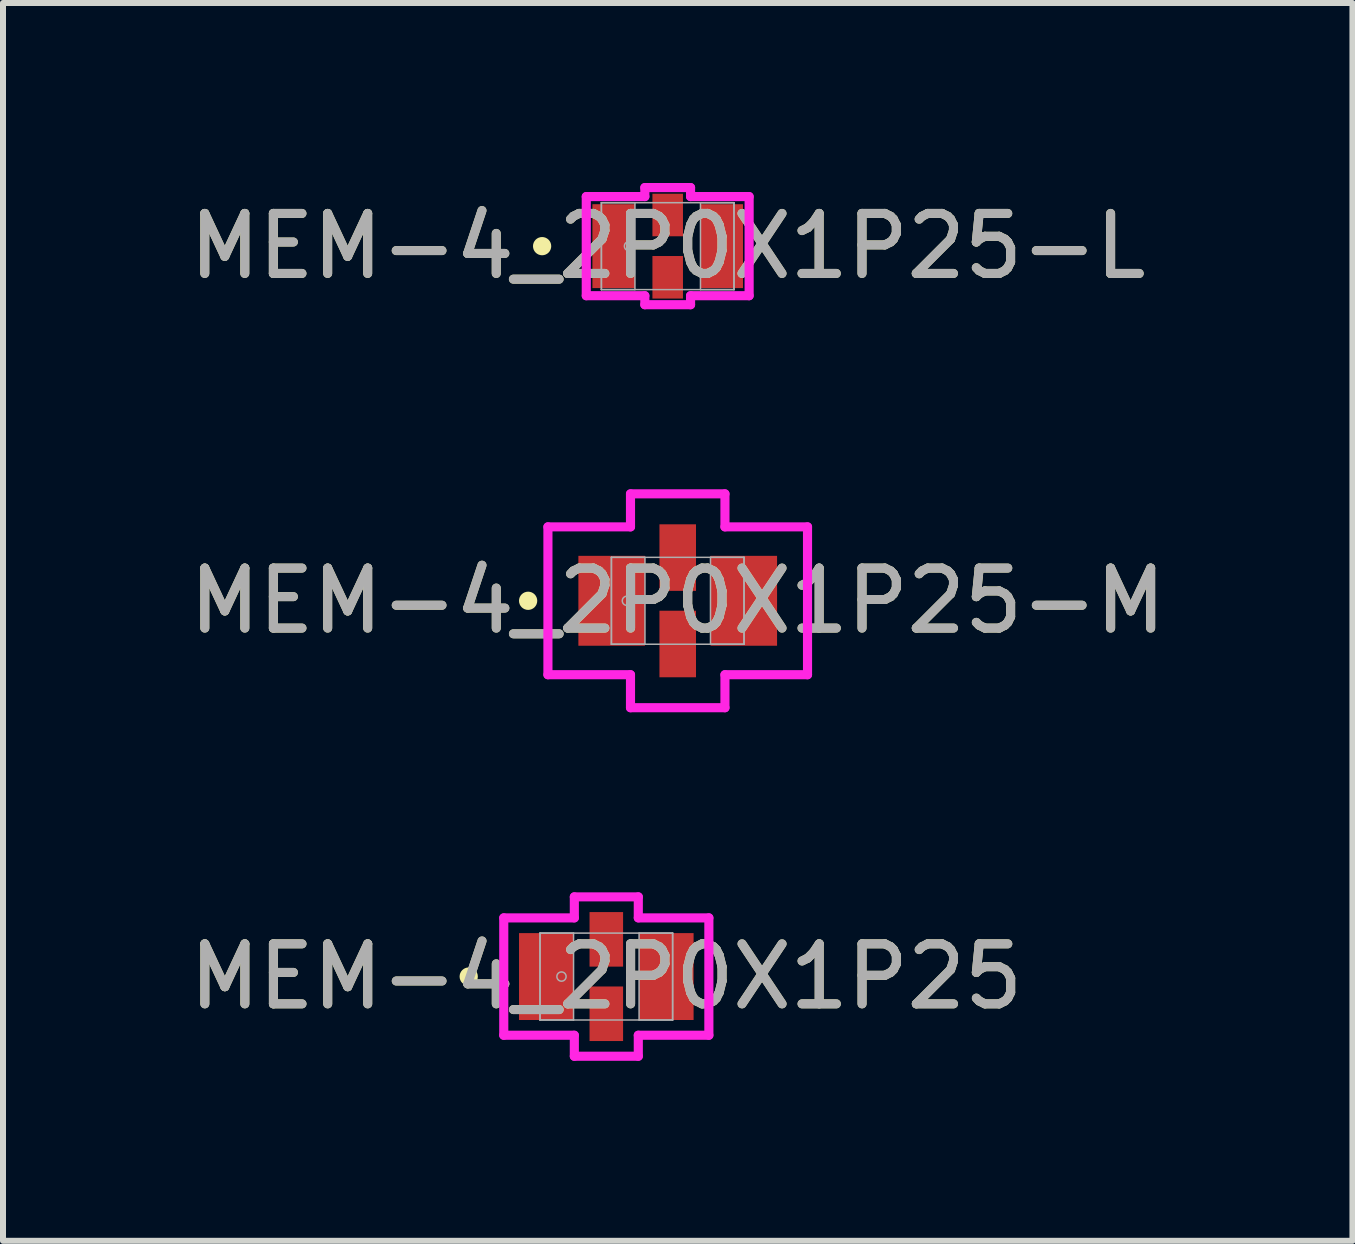
<source format=kicad_pcb>
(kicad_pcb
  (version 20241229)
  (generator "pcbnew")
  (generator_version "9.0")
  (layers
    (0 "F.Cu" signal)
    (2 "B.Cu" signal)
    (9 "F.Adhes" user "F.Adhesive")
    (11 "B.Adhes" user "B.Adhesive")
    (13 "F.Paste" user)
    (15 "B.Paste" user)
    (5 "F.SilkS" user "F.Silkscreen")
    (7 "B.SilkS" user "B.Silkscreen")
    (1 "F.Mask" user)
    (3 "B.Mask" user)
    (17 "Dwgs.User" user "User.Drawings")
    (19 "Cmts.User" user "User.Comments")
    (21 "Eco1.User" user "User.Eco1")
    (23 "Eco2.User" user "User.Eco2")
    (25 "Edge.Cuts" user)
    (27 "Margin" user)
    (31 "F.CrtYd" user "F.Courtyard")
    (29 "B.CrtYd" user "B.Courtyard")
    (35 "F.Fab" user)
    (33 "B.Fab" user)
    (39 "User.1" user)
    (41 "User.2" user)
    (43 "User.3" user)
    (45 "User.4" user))
  (footprint "MEM-4_2P0X1P25-M"
    (layer "F.Cu")
    (at 8.244 6.962)
    (property "Reference" "MEM-4_2P0X1P25-M" (at 0 0 0) (unlocked yes) (layer "F.SilkS") (effects (font (size 1 1) (thickness 0.15))))
    (attr smd)
    (fp_circle (center -2.493 0) (end -2.417 0) (stroke (width 0.152) (type solid)) (fill no) (layer "F.SilkS"))
    (fp_line (start -2.163 -1.232) (end -0.787 -1.232) (stroke (width 0.152) (type solid)) (layer "F.CrtYd"))
    (fp_line (start -2.163 1.232) (end -2.163 -1.232) (stroke (width 0.152) (type solid)) (layer "F.CrtYd"))
    (fp_line (start -2.163 1.232) (end -0.787 1.232) (stroke (width 0.152) (type solid)) (layer "F.CrtYd"))
    (fp_line (start -0.787 -1.782) (end 0.787 -1.782) (stroke (width 0.152) (type solid)) (layer "F.CrtYd"))
    (fp_line (start -0.787 -1.232) (end -0.787 -1.782) (stroke (width 0.152) (type solid)) (layer "F.CrtYd"))
    (fp_line (start -0.787 1.232) (end -0.787 1.782) (stroke (width 0.152) (type solid)) (layer "F.CrtYd"))
    (fp_line (start -0.787 1.782) (end 0.787 1.782) (stroke (width 0.152) (type solid)) (layer "F.CrtYd"))
    (fp_line (start 0.787 -1.232) (end 0.787 -1.782) (stroke (width 0.152) (type solid)) (layer "F.CrtYd"))
    (fp_line (start 0.787 1.232) (end 0.787 1.782) (stroke (width 0.152) (type solid)) (layer "F.CrtYd"))
    (fp_line (start 2.163 -1.232) (end 0.787 -1.232) (stroke (width 0.152) (type solid)) (layer "F.CrtYd"))
    (fp_line (start 2.163 1.232) (end 0.787 1.232) (stroke (width 0.152) (type solid)) (layer "F.CrtYd"))
    (fp_line (start 2.163 1.232) (end 2.163 -1.232) (stroke (width 0.152) (type solid)) (layer "F.CrtYd"))
    (fp_line (start -1.105 -0.724) (end -1.105 0.724) (stroke (width 0.025) (type solid)) (layer "F.Fab"))
    (fp_line (start -1.105 -0.724) (end -1.105 0.724) (stroke (width 0.025) (type solid)) (layer "F.Fab"))
    (fp_line (start -1.105 0.724) (end -0.546 0.724) (stroke (width 0.025) (type solid)) (layer "F.Fab"))
    (fp_line (start -1.105 0.724) (end 1.105 0.724) (stroke (width 0.025) (type solid)) (layer "F.Fab"))
    (fp_line (start -0.546 -0.724) (end -1.105 -0.724) (stroke (width 0.025) (type solid)) (layer "F.Fab"))
    (fp_line (start -0.546 0.724) (end -0.546 -0.724) (stroke (width 0.025) (type solid)) (layer "F.Fab"))
    (fp_line (start 0.546 -0.724) (end 0.546 0.724) (stroke (width 0.025) (type solid)) (layer "F.Fab"))
    (fp_line (start 0.546 0.724) (end 1.105 0.724) (stroke (width 0.025) (type solid)) (layer "F.Fab"))
    (fp_line (start 1.105 -0.724) (end -1.105 -0.724) (stroke (width 0.025) (type solid)) (layer "F.Fab"))
    (fp_line (start 1.105 -0.724) (end 0.546 -0.724) (stroke (width 0.025) (type solid)) (layer "F.Fab"))
    (fp_line (start 1.105 0.724) (end 1.105 -0.724) (stroke (width 0.025) (type solid)) (layer "F.Fab"))
    (fp_line (start 1.105 0.724) (end 1.105 -0.724) (stroke (width 0.025) (type solid)) (layer "F.Fab"))
    (fp_circle (center -0.847 0) (end -0.77 0) (stroke (width 0.025) (type solid)) (fill no) (layer "F.Fab"))
    (fp_text user "${REFERENCE}" (at 0 0 0) (unlocked yes) (layer "F.Fab") (effects (font (size 1 1) (thickness 0.15))))
    (pad "1" smd rect (at -1.101 0) (size 1.109 1.498) (layers "F.Cu" "F.Mask" "F.Paste"))
    (pad "2" smd rect (at 0 0.72) (size 0.609 1.109) (layers "F.Cu" "F.Mask" "F.Paste"))
    (pad "3" smd rect (at 1.101 0) (size 1.109 1.498) (layers "F.Cu" "F.Mask" "F.Paste"))
    (pad "4" smd rect (at 0 -0.72) (size 0.609 1.109) (layers "F.Cu" "F.Mask" "F.Paste")))
  (footprint "MEM-4_2P0X1P25"
    (layer "F.Cu")
    (at 7.054 13.224)
    (property "Reference" "MEM-4_2P0X1P25" (at 0 0 0) (unlocked yes) (layer "F.SilkS") (effects (font (size 1 1) (thickness 0.15))))
    (attr smd)
    (fp_circle (center -2.293 0) (end -2.217 0) (stroke (width 0.152) (type solid)) (fill no) (layer "F.SilkS"))
    (fp_line (start -1.709 -0.978) (end -0.533 -0.978) (stroke (width 0.152) (type solid)) (layer "F.CrtYd"))
    (fp_line (start -1.709 0.978) (end -1.709 -0.978) (stroke (width 0.152) (type solid)) (layer "F.CrtYd"))
    (fp_line (start -1.709 0.978) (end -0.533 0.978) (stroke (width 0.152) (type solid)) (layer "F.CrtYd"))
    (fp_line (start -0.533 -1.328) (end 0.533 -1.328) (stroke (width 0.152) (type solid)) (layer "F.CrtYd"))
    (fp_line (start -0.533 -0.978) (end -0.533 -1.328) (stroke (width 0.152) (type solid)) (layer "F.CrtYd"))
    (fp_line (start -0.533 0.978) (end -0.533 1.328) (stroke (width 0.152) (type solid)) (layer "F.CrtYd"))
    (fp_line (start -0.533 1.328) (end 0.533 1.328) (stroke (width 0.152) (type solid)) (layer "F.CrtYd"))
    (fp_line (start 0.533 -0.978) (end 0.533 -1.328) (stroke (width 0.152) (type solid)) (layer "F.CrtYd"))
    (fp_line (start 0.533 0.978) (end 0.533 1.328) (stroke (width 0.152) (type solid)) (layer "F.CrtYd"))
    (fp_line (start 1.709 -0.978) (end 0.533 -0.978) (stroke (width 0.152) (type solid)) (layer "F.CrtYd"))
    (fp_line (start 1.709 0.978) (end 0.533 0.978) (stroke (width 0.152) (type solid)) (layer "F.CrtYd"))
    (fp_line (start 1.709 0.978) (end 1.709 -0.978) (stroke (width 0.152) (type solid)) (layer "F.CrtYd"))
    (fp_line (start -1.105 -0.724) (end -1.105 0.724) (stroke (width 0.025) (type solid)) (layer "F.Fab"))
    (fp_line (start -1.105 -0.724) (end -1.105 0.724) (stroke (width 0.025) (type solid)) (layer "F.Fab"))
    (fp_line (start -1.105 0.724) (end -0.546 0.724) (stroke (width 0.025) (type solid)) (layer "F.Fab"))
    (fp_line (start -1.105 0.724) (end 1.105 0.724) (stroke (width 0.025) (type solid)) (layer "F.Fab"))
    (fp_line (start -0.546 -0.724) (end -1.105 -0.724) (stroke (width 0.025) (type solid)) (layer "F.Fab"))
    (fp_line (start -0.546 0.724) (end -0.546 -0.724) (stroke (width 0.025) (type solid)) (layer "F.Fab"))
    (fp_line (start 0.546 -0.724) (end 0.546 0.724) (stroke (width 0.025) (type solid)) (layer "F.Fab"))
    (fp_line (start 0.546 0.724) (end 1.105 0.724) (stroke (width 0.025) (type solid)) (layer "F.Fab"))
    (fp_line (start 1.105 -0.724) (end -1.105 -0.724) (stroke (width 0.025) (type solid)) (layer "F.Fab"))
    (fp_line (start 1.105 -0.724) (end 0.546 -0.724) (stroke (width 0.025) (type solid)) (layer "F.Fab"))
    (fp_line (start 1.105 0.724) (end 1.105 -0.724) (stroke (width 0.025) (type solid)) (layer "F.Fab"))
    (fp_line (start 1.105 0.724) (end 1.105 -0.724) (stroke (width 0.025) (type solid)) (layer "F.Fab"))
    (fp_circle (center -0.747 0) (end -0.67 0) (stroke (width 0.025) (type solid)) (fill no) (layer "F.Fab"))
    (fp_text user "${REFERENCE}" (at 0 0 0) (unlocked yes) (layer "F.Fab") (effects (font (size 1 1) (thickness 0.15))))
    (pad "1" smd rect (at -1 0) (size 0.909 1.448) (layers "F.Cu" "F.Mask" "F.Paste"))
    (pad "2" smd rect (at 0 0.62) (size 0.559 0.909) (layers "F.Cu" "F.Mask" "F.Paste"))
    (pad "3" smd rect (at 1 0) (size 0.909 1.448) (layers "F.Cu" "F.Mask" "F.Paste"))
    (pad "4" smd rect (at 0 -0.62) (size 0.559 0.909) (layers "F.Cu" "F.Mask" "F.Paste")))
  (footprint "MEM-4_2P0X1P25-L"
    (layer "F.Cu")
    (at 8.077 1.052)
    (property "Reference" "MEM-4_2P0X1P25-L" (at 0 0 0) (unlocked yes) (layer "F.SilkS") (effects (font (size 1 1) (thickness 0.15))))
    (attr smd)
    (fp_circle (center -2.093 0) (end -2.017 0) (stroke (width 0.152) (type solid)) (fill no) (layer "F.SilkS"))
    (fp_line (start -1.357 -0.826) (end -0.381 -0.826) (stroke (width 0.152) (type solid)) (layer "F.CrtYd"))
    (fp_line (start -1.357 0.826) (end -1.357 -0.826) (stroke (width 0.152) (type solid)) (layer "F.CrtYd"))
    (fp_line (start -1.357 0.826) (end -0.381 0.826) (stroke (width 0.152) (type solid)) (layer "F.CrtYd"))
    (fp_line (start -0.381 -0.976) (end 0.381 -0.976) (stroke (width 0.152) (type solid)) (layer "F.CrtYd"))
    (fp_line (start -0.381 -0.826) (end -0.381 -0.976) (stroke (width 0.152) (type solid)) (layer "F.CrtYd"))
    (fp_line (start -0.381 0.826) (end -0.381 0.976) (stroke (width 0.152) (type solid)) (layer "F.CrtYd"))
    (fp_line (start -0.381 0.976) (end 0.381 0.976) (stroke (width 0.152) (type solid)) (layer "F.CrtYd"))
    (fp_line (start 0.381 -0.826) (end 0.381 -0.976) (stroke (width 0.152) (type solid)) (layer "F.CrtYd"))
    (fp_line (start 0.381 0.826) (end 0.381 0.976) (stroke (width 0.152) (type solid)) (layer "F.CrtYd"))
    (fp_line (start 1.357 -0.826) (end 0.381 -0.826) (stroke (width 0.152) (type solid)) (layer "F.CrtYd"))
    (fp_line (start 1.357 0.826) (end 0.381 0.826) (stroke (width 0.152) (type solid)) (layer "F.CrtYd"))
    (fp_line (start 1.357 0.826) (end 1.357 -0.826) (stroke (width 0.152) (type solid)) (layer "F.CrtYd"))
    (fp_line (start -1.105 -0.724) (end -1.105 0.724) (stroke (width 0.025) (type solid)) (layer "F.Fab"))
    (fp_line (start -1.105 -0.724) (end -1.105 0.724) (stroke (width 0.025) (type solid)) (layer "F.Fab"))
    (fp_line (start -1.105 0.724) (end -0.546 0.724) (stroke (width 0.025) (type solid)) (layer "F.Fab"))
    (fp_line (start -1.105 0.724) (end 1.105 0.724) (stroke (width 0.025) (type solid)) (layer "F.Fab"))
    (fp_line (start -0.546 -0.724) (end -1.105 -0.724) (stroke (width 0.025) (type solid)) (layer "F.Fab"))
    (fp_line (start -0.546 0.724) (end -0.546 -0.724) (stroke (width 0.025) (type solid)) (layer "F.Fab"))
    (fp_line (start 0.546 -0.724) (end 0.546 0.724) (stroke (width 0.025) (type solid)) (layer "F.Fab"))
    (fp_line (start 0.546 0.724) (end 1.105 0.724) (stroke (width 0.025) (type solid)) (layer "F.Fab"))
    (fp_line (start 1.105 -0.724) (end -1.105 -0.724) (stroke (width 0.025) (type solid)) (layer "F.Fab"))
    (fp_line (start 1.105 -0.724) (end 0.546 -0.724) (stroke (width 0.025) (type solid)) (layer "F.Fab"))
    (fp_line (start 1.105 0.724) (end 1.105 -0.724) (stroke (width 0.025) (type solid)) (layer "F.Fab"))
    (fp_line (start 1.105 0.724) (end 1.105 -0.724) (stroke (width 0.025) (type solid)) (layer "F.Fab"))
    (fp_circle (center -0.646 0) (end -0.57 0) (stroke (width 0.025) (type solid)) (fill no) (layer "F.Fab"))
    (fp_text user "${REFERENCE}" (at 0 0 0) (unlocked yes) (layer "F.Fab") (effects (font (size 1 1) (thickness 0.15))))
    (pad "1" smd rect (at -0.9 0) (size 0.709 1.398) (layers "F.Cu" "F.Mask" "F.Paste"))
    (pad "2" smd rect (at 0 0.519) (size 0.509 0.709) (layers "F.Cu" "F.Mask" "F.Paste"))
    (pad "3" smd rect (at 0.9 0) (size 0.709 1.398) (layers "F.Cu" "F.Mask" "F.Paste"))
    (pad "4" smd rect (at 0 -0.519) (size 0.509 0.709) (layers "F.Cu" "F.Mask" "F.Paste")))
  (gr_rect
    (start -3 -3)
    (end 19.488 17.628)
    (stroke (width 0.1) (type default))
    (fill no)
    (layer "Edge.Cuts")))
</source>
